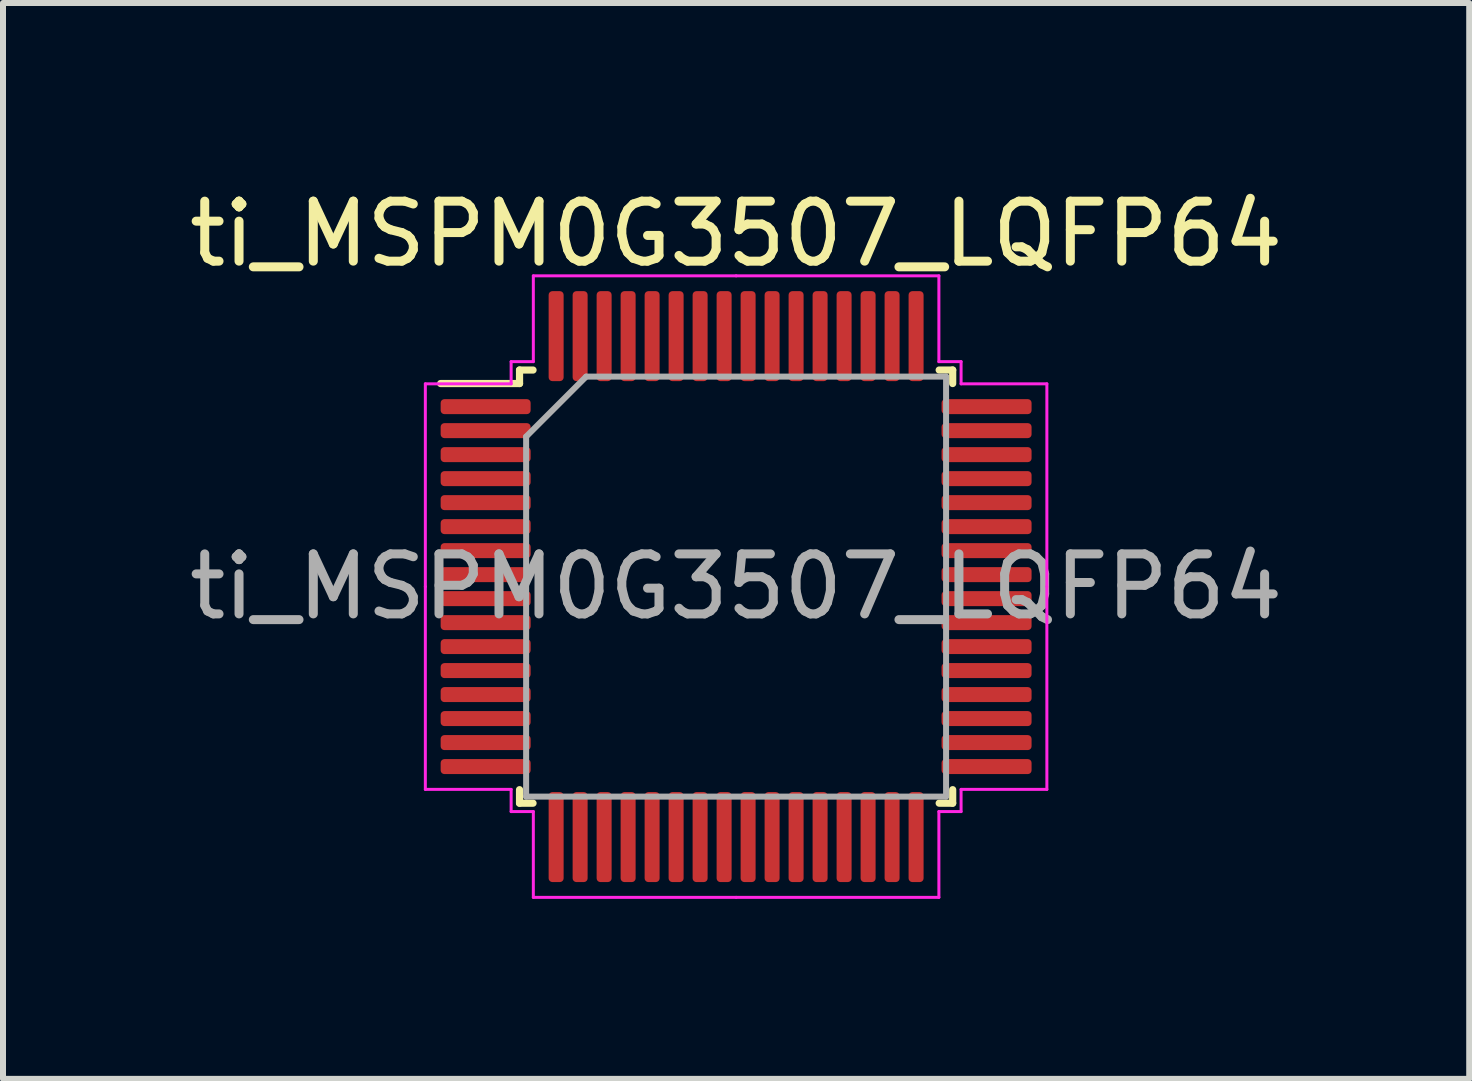
<source format=kicad_pcb>
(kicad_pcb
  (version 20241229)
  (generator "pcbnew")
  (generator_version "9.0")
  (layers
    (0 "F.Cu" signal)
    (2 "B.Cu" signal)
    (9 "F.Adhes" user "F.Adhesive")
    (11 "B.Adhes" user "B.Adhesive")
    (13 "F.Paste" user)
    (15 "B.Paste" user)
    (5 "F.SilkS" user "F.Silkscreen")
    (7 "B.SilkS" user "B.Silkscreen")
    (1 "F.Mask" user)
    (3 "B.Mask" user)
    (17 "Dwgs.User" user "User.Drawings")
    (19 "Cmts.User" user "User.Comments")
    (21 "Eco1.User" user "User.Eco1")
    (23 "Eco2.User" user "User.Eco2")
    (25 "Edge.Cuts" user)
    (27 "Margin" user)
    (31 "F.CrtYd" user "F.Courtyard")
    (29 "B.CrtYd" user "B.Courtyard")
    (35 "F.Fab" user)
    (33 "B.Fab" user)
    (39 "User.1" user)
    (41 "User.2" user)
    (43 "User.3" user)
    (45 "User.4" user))
  (footprint "ti_MSPM0G3507_LQFP64"
    (layer "F.Cu")
    (at 9.22 6.728)
    (property "Reference" "ti_MSPM0G3507_LQFP64" (at 0 -5.88 0) (layer "F.SilkS") (effects (font (size 1 1) (thickness 0.15))))
    (attr smd)
    (fp_line (start -3.61 -3.61) (end -3.61 -3.385) (stroke (width 0.12) (type solid)) (layer "F.SilkS"))
    (fp_line (start -3.61 -3.385) (end -4.925 -3.385) (stroke (width 0.12) (type solid)) (layer "F.SilkS"))
    (fp_line (start -3.61 3.61) (end -3.61 3.385) (stroke (width 0.12) (type solid)) (layer "F.SilkS"))
    (fp_line (start -3.385 -3.61) (end -3.61 -3.61) (stroke (width 0.12) (type solid)) (layer "F.SilkS"))
    (fp_line (start -3.385 3.61) (end -3.61 3.61) (stroke (width 0.12) (type solid)) (layer "F.SilkS"))
    (fp_line (start 3.385 -3.61) (end 3.61 -3.61) (stroke (width 0.12) (type solid)) (layer "F.SilkS"))
    (fp_line (start 3.385 3.61) (end 3.61 3.61) (stroke (width 0.12) (type solid)) (layer "F.SilkS"))
    (fp_line (start 3.61 -3.61) (end 3.61 -3.385) (stroke (width 0.12) (type solid)) (layer "F.SilkS"))
    (fp_line (start 3.61 3.61) (end 3.61 3.385) (stroke (width 0.12) (type solid)) (layer "F.SilkS"))
    (fp_line (start -5.18 -3.38) (end -5.18 0) (stroke (width 0.05) (type solid)) (layer "F.CrtYd"))
    (fp_line (start -5.18 3.38) (end -5.18 0) (stroke (width 0.05) (type solid)) (layer "F.CrtYd"))
    (fp_line (start -3.75 -3.75) (end -3.75 -3.38) (stroke (width 0.05) (type solid)) (layer "F.CrtYd"))
    (fp_line (start -3.75 -3.38) (end -5.18 -3.38) (stroke (width 0.05) (type solid)) (layer "F.CrtYd"))
    (fp_line (start -3.75 3.38) (end -5.18 3.38) (stroke (width 0.05) (type solid)) (layer "F.CrtYd"))
    (fp_line (start -3.75 3.75) (end -3.75 3.38) (stroke (width 0.05) (type solid)) (layer "F.CrtYd"))
    (fp_line (start -3.38 -5.18) (end -3.38 -3.75) (stroke (width 0.05) (type solid)) (layer "F.CrtYd"))
    (fp_line (start -3.38 -3.75) (end -3.75 -3.75) (stroke (width 0.05) (type solid)) (layer "F.CrtYd"))
    (fp_line (start -3.38 3.75) (end -3.75 3.75) (stroke (width 0.05) (type solid)) (layer "F.CrtYd"))
    (fp_line (start -3.38 5.18) (end -3.38 3.75) (stroke (width 0.05) (type solid)) (layer "F.CrtYd"))
    (fp_line (start 0 -5.18) (end -3.38 -5.18) (stroke (width 0.05) (type solid)) (layer "F.CrtYd"))
    (fp_line (start 0 -5.18) (end 3.38 -5.18) (stroke (width 0.05) (type solid)) (layer "F.CrtYd"))
    (fp_line (start 0 5.18) (end -3.38 5.18) (stroke (width 0.05) (type solid)) (layer "F.CrtYd"))
    (fp_line (start 0 5.18) (end 3.38 5.18) (stroke (width 0.05) (type solid)) (layer "F.CrtYd"))
    (fp_line (start 3.38 -5.18) (end 3.38 -3.75) (stroke (width 0.05) (type solid)) (layer "F.CrtYd"))
    (fp_line (start 3.38 -3.75) (end 3.75 -3.75) (stroke (width 0.05) (type solid)) (layer "F.CrtYd"))
    (fp_line (start 3.38 3.75) (end 3.75 3.75) (stroke (width 0.05) (type solid)) (layer "F.CrtYd"))
    (fp_line (start 3.38 5.18) (end 3.38 3.75) (stroke (width 0.05) (type solid)) (layer "F.CrtYd"))
    (fp_line (start 3.75 -3.75) (end 3.75 -3.38) (stroke (width 0.05) (type solid)) (layer "F.CrtYd"))
    (fp_line (start 3.75 -3.38) (end 5.18 -3.38) (stroke (width 0.05) (type solid)) (layer "F.CrtYd"))
    (fp_line (start 3.75 3.38) (end 5.18 3.38) (stroke (width 0.05) (type solid)) (layer "F.CrtYd"))
    (fp_line (start 3.75 3.75) (end 3.75 3.38) (stroke (width 0.05) (type solid)) (layer "F.CrtYd"))
    (fp_line (start 5.18 -3.38) (end 5.18 0) (stroke (width 0.05) (type solid)) (layer "F.CrtYd"))
    (fp_line (start 5.18 3.38) (end 5.18 0) (stroke (width 0.05) (type solid)) (layer "F.CrtYd"))
    (fp_line (start -3.5 -2.5) (end -2.5 -3.5) (stroke (width 0.1) (type solid)) (layer "F.Fab"))
    (fp_line (start -3.5 3.5) (end -3.5 -2.5) (stroke (width 0.1) (type solid)) (layer "F.Fab"))
    (fp_line (start -2.5 -3.5) (end 3.5 -3.5) (stroke (width 0.1) (type solid)) (layer "F.Fab"))
    (fp_line (start 3.5 -3.5) (end 3.5 3.5) (stroke (width 0.1) (type solid)) (layer "F.Fab"))
    (fp_line (start 3.5 3.5) (end -3.5 3.5) (stroke (width 0.1) (type solid)) (layer "F.Fab"))
    (fp_text user "${REFERENCE}" (at 0 0 0) (layer "F.Fab") (effects (font (size 1 1) (thickness 0.15))))
    (pad "1" smd roundrect (at -4.175 -3) (size 1.5 0.25) (layers "F.Cu" "F.Mask" "F.Paste") (roundrect_rratio 0.25))
    (pad "2" smd roundrect (at -4.175 -2.6) (size 1.5 0.25) (layers "F.Cu" "F.Mask" "F.Paste") (roundrect_rratio 0.25))
    (pad "3" smd roundrect (at -4.175 -2.2) (size 1.5 0.25) (layers "F.Cu" "F.Mask" "F.Paste") (roundrect_rratio 0.25))
    (pad "4" smd roundrect (at -4.175 -1.8) (size 1.5 0.25) (layers "F.Cu" "F.Mask" "F.Paste") (roundrect_rratio 0.25))
    (pad "5" smd roundrect (at -4.175 -1.4) (size 1.5 0.25) (layers "F.Cu" "F.Mask" "F.Paste") (roundrect_rratio 0.25))
    (pad "6" smd roundrect (at -4.175 -1) (size 1.5 0.25) (layers "F.Cu" "F.Mask" "F.Paste") (roundrect_rratio 0.25))
    (pad "7" smd roundrect (at -4.175 -0.6) (size 1.5 0.25) (layers "F.Cu" "F.Mask" "F.Paste") (roundrect_rratio 0.25))
    (pad "8" smd roundrect (at -4.175 -0.2) (size 1.5 0.25) (layers "F.Cu" "F.Mask" "F.Paste") (roundrect_rratio 0.25))
    (pad "9" smd roundrect (at -4.175 0.2) (size 1.5 0.25) (layers "F.Cu" "F.Mask" "F.Paste") (roundrect_rratio 0.25))
    (pad "10" smd roundrect (at -4.175 0.6) (size 1.5 0.25) (layers "F.Cu" "F.Mask" "F.Paste") (roundrect_rratio 0.25))
    (pad "11" smd roundrect (at -4.175 1) (size 1.5 0.25) (layers "F.Cu" "F.Mask" "F.Paste") (roundrect_rratio 0.25))
    (pad "12" smd roundrect (at -4.175 1.4) (size 1.5 0.25) (layers "F.Cu" "F.Mask" "F.Paste") (roundrect_rratio 0.25))
    (pad "13" smd roundrect (at -4.175 1.8) (size 1.5 0.25) (layers "F.Cu" "F.Mask" "F.Paste") (roundrect_rratio 0.25))
    (pad "14" smd roundrect (at -4.175 2.2) (size 1.5 0.25) (layers "F.Cu" "F.Mask" "F.Paste") (roundrect_rratio 0.25))
    (pad "15" smd roundrect (at -4.175 2.6) (size 1.5 0.25) (layers "F.Cu" "F.Mask" "F.Paste") (roundrect_rratio 0.25))
    (pad "16" smd roundrect (at -4.175 3) (size 1.5 0.25) (layers "F.Cu" "F.Mask" "F.Paste") (roundrect_rratio 0.25))
    (pad "17" smd roundrect (at -3 4.175) (size 0.25 1.5) (layers "F.Cu" "F.Mask" "F.Paste") (roundrect_rratio 0.25))
    (pad "18" smd roundrect (at -2.6 4.175) (size 0.25 1.5) (layers "F.Cu" "F.Mask" "F.Paste") (roundrect_rratio 0.25))
    (pad "19" smd roundrect (at -2.2 4.175) (size 0.25 1.5) (layers "F.Cu" "F.Mask" "F.Paste") (roundrect_rratio 0.25))
    (pad "20" smd roundrect (at -1.8 4.175) (size 0.25 1.5) (layers "F.Cu" "F.Mask" "F.Paste") (roundrect_rratio 0.25))
    (pad "21" smd roundrect (at -1.4 4.175) (size 0.25 1.5) (layers "F.Cu" "F.Mask" "F.Paste") (roundrect_rratio 0.25))
    (pad "22" smd roundrect (at -1 4.175) (size 0.25 1.5) (layers "F.Cu" "F.Mask" "F.Paste") (roundrect_rratio 0.25))
    (pad "23" smd roundrect (at -0.6 4.175) (size 0.25 1.5) (layers "F.Cu" "F.Mask" "F.Paste") (roundrect_rratio 0.25))
    (pad "24" smd roundrect (at -0.2 4.175) (size 0.25 1.5) (layers "F.Cu" "F.Mask" "F.Paste") (roundrect_rratio 0.25))
    (pad "25" smd roundrect (at 0.2 4.175) (size 0.25 1.5) (layers "F.Cu" "F.Mask" "F.Paste") (roundrect_rratio 0.25))
    (pad "26" smd roundrect (at 0.6 4.175) (size 0.25 1.5) (layers "F.Cu" "F.Mask" "F.Paste") (roundrect_rratio 0.25))
    (pad "27" smd roundrect (at 1 4.175) (size 0.25 1.5) (layers "F.Cu" "F.Mask" "F.Paste") (roundrect_rratio 0.25))
    (pad "28" smd roundrect (at 1.4 4.175) (size 0.25 1.5) (layers "F.Cu" "F.Mask" "F.Paste") (roundrect_rratio 0.25))
    (pad "29" smd roundrect (at 1.8 4.175) (size 0.25 1.5) (layers "F.Cu" "F.Mask" "F.Paste") (roundrect_rratio 0.25))
    (pad "30" smd roundrect (at 2.2 4.175) (size 0.25 1.5) (layers "F.Cu" "F.Mask" "F.Paste") (roundrect_rratio 0.25))
    (pad "31" smd roundrect (at 2.6 4.175) (size 0.25 1.5) (layers "F.Cu" "F.Mask" "F.Paste") (roundrect_rratio 0.25))
    (pad "32" smd roundrect (at 3 4.175) (size 0.25 1.5) (layers "F.Cu" "F.Mask" "F.Paste") (roundrect_rratio 0.25))
    (pad "33" smd roundrect (at 4.175 3) (size 1.5 0.25) (layers "F.Cu" "F.Mask" "F.Paste") (roundrect_rratio 0.25))
    (pad "34" smd roundrect (at 4.175 2.6) (size 1.5 0.25) (layers "F.Cu" "F.Mask" "F.Paste") (roundrect_rratio 0.25))
    (pad "35" smd roundrect (at 4.175 2.2) (size 1.5 0.25) (layers "F.Cu" "F.Mask" "F.Paste") (roundrect_rratio 0.25))
    (pad "36" smd roundrect (at 4.175 1.8) (size 1.5 0.25) (layers "F.Cu" "F.Mask" "F.Paste") (roundrect_rratio 0.25))
    (pad "37" smd roundrect (at 4.175 1.4) (size 1.5 0.25) (layers "F.Cu" "F.Mask" "F.Paste") (roundrect_rratio 0.25))
    (pad "38" smd roundrect (at 4.175 1) (size 1.5 0.25) (layers "F.Cu" "F.Mask" "F.Paste") (roundrect_rratio 0.25))
    (pad "39" smd roundrect (at 4.175 0.6) (size 1.5 0.25) (layers "F.Cu" "F.Mask" "F.Paste") (roundrect_rratio 0.25))
    (pad "40" smd roundrect (at 4.175 0.2) (size 1.5 0.25) (layers "F.Cu" "F.Mask" "F.Paste") (roundrect_rratio 0.25))
    (pad "41" smd roundrect (at 4.175 -0.2) (size 1.5 0.25) (layers "F.Cu" "F.Mask" "F.Paste") (roundrect_rratio 0.25))
    (pad "42" smd roundrect (at 4.175 -0.6) (size 1.5 0.25) (layers "F.Cu" "F.Mask" "F.Paste") (roundrect_rratio 0.25))
    (pad "43" smd roundrect (at 4.175 -1) (size 1.5 0.25) (layers "F.Cu" "F.Mask" "F.Paste") (roundrect_rratio 0.25))
    (pad "44" smd roundrect (at 4.175 -1.4) (size 1.5 0.25) (layers "F.Cu" "F.Mask" "F.Paste") (roundrect_rratio 0.25))
    (pad "45" smd roundrect (at 4.175 -1.8) (size 1.5 0.25) (layers "F.Cu" "F.Mask" "F.Paste") (roundrect_rratio 0.25))
    (pad "46" smd roundrect (at 4.175 -2.2) (size 1.5 0.25) (layers "F.Cu" "F.Mask" "F.Paste") (roundrect_rratio 0.25))
    (pad "47" smd roundrect (at 4.175 -2.6) (size 1.5 0.25) (layers "F.Cu" "F.Mask" "F.Paste") (roundrect_rratio 0.25))
    (pad "48" smd roundrect (at 4.175 -3) (size 1.5 0.25) (layers "F.Cu" "F.Mask" "F.Paste") (roundrect_rratio 0.25))
    (pad "49" smd roundrect (at 3 -4.175) (size 0.25 1.5) (layers "F.Cu" "F.Mask" "F.Paste") (roundrect_rratio 0.25))
    (pad "50" smd roundrect (at 2.6 -4.175) (size 0.25 1.5) (layers "F.Cu" "F.Mask" "F.Paste") (roundrect_rratio 0.25))
    (pad "51" smd roundrect (at 2.2 -4.175) (size 0.25 1.5) (layers "F.Cu" "F.Mask" "F.Paste") (roundrect_rratio 0.25))
    (pad "52" smd roundrect (at 1.8 -4.175) (size 0.25 1.5) (layers "F.Cu" "F.Mask" "F.Paste") (roundrect_rratio 0.25))
    (pad "53" smd roundrect (at 1.4 -4.175) (size 0.25 1.5) (layers "F.Cu" "F.Mask" "F.Paste") (roundrect_rratio 0.25))
    (pad "54" smd roundrect (at 1 -4.175) (size 0.25 1.5) (layers "F.Cu" "F.Mask" "F.Paste") (roundrect_rratio 0.25))
    (pad "55" smd roundrect (at 0.6 -4.175) (size 0.25 1.5) (layers "F.Cu" "F.Mask" "F.Paste") (roundrect_rratio 0.25))
    (pad "56" smd roundrect (at 0.2 -4.175) (size 0.25 1.5) (layers "F.Cu" "F.Mask" "F.Paste") (roundrect_rratio 0.25))
    (pad "57" smd roundrect (at -0.2 -4.175) (size 0.25 1.5) (layers "F.Cu" "F.Mask" "F.Paste") (roundrect_rratio 0.25))
    (pad "58" smd roundrect (at -0.6 -4.175) (size 0.25 1.5) (layers "F.Cu" "F.Mask" "F.Paste") (roundrect_rratio 0.25))
    (pad "59" smd roundrect (at -1 -4.175) (size 0.25 1.5) (layers "F.Cu" "F.Mask" "F.Paste") (roundrect_rratio 0.25))
    (pad "60" smd roundrect (at -1.4 -4.175) (size 0.25 1.5) (layers "F.Cu" "F.Mask" "F.Paste") (roundrect_rratio 0.25))
    (pad "61" smd roundrect (at -1.8 -4.175) (size 0.25 1.5) (layers "F.Cu" "F.Mask" "F.Paste") (roundrect_rratio 0.25))
    (pad "62" smd roundrect (at -2.2 -4.175) (size 0.25 1.5) (layers "F.Cu" "F.Mask" "F.Paste") (roundrect_rratio 0.25))
    (pad "63" smd roundrect (at -2.6 -4.175) (size 0.25 1.5) (layers "F.Cu" "F.Mask" "F.Paste") (roundrect_rratio 0.25))
    (pad "64" smd roundrect (at -3 -4.175) (size 0.25 1.5) (layers "F.Cu" "F.Mask" "F.Paste") (roundrect_rratio 0.25)))
  (gr_rect
    (start -3 -3)
    (end 21.44 14.933)
    (stroke (width 0.1) (type default))
    (fill no)
    (layer "Edge.Cuts")))
</source>
